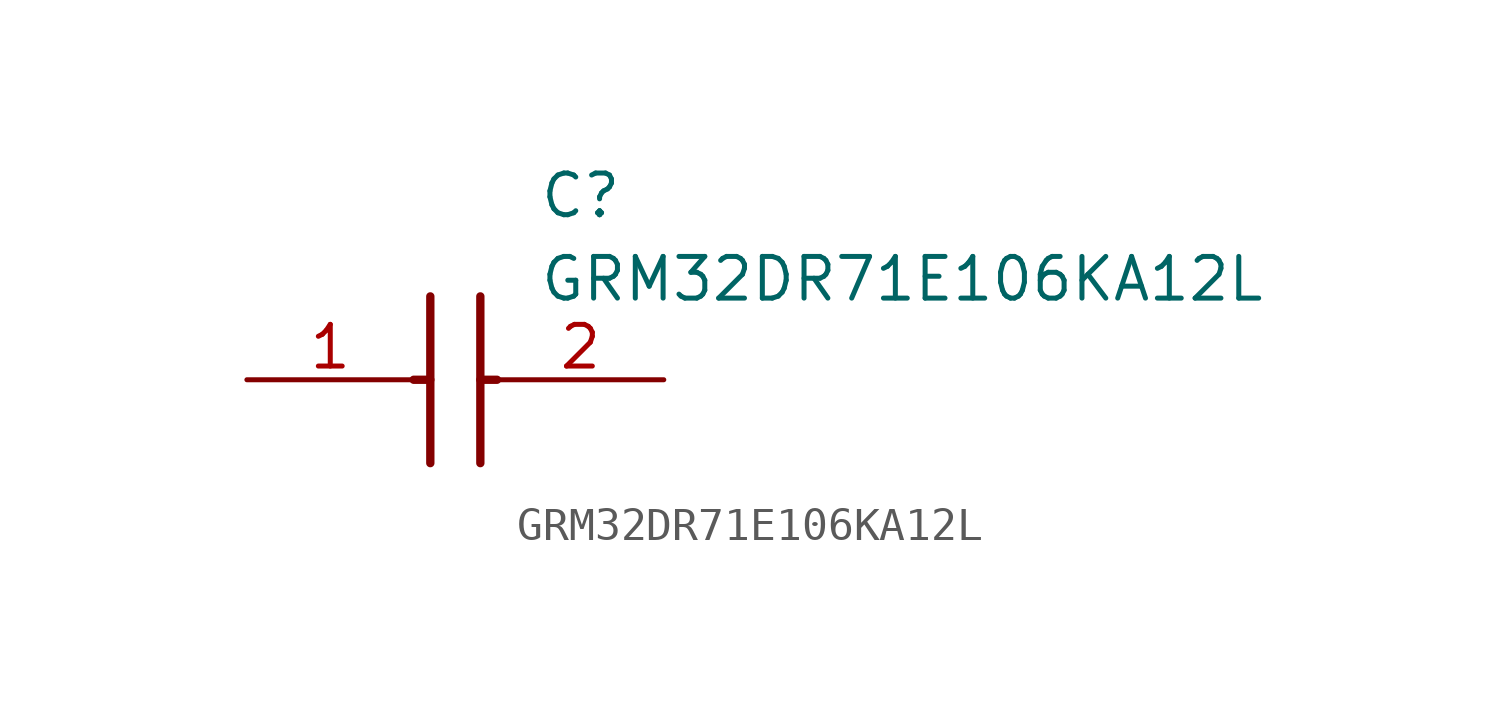
<source format=kicad_sym>
(kicad_symbol_lib
  (version 20211014)
  (generator SamacSys_ECAD_Model)
  (symbol "GRM32DR71E106KA12L"
    (pin_names hide)
    (property "Reference" "C"
      (at 8.89 6.35 0)
      (effects (font (size 1.27 1.27)) (justify left top)))
    (property "Value" "GRM32DR71E106KA12L"
      (at 8.89 3.81 0)
      (effects (font (size 1.27 1.27)) (justify left top)))
    (polyline
      (pts (xy 5.588 2.54) (xy 5.588 -2.54))
      (stroke (width 0.254) (type default))
      (fill (type none)))
    (polyline
      (pts (xy 7.112 2.54) (xy 7.112 -2.54))
      (stroke (width 0.254) (type default))
      (fill (type none)))
    (polyline
      (pts (xy 5.08 0) (xy 5.588 0))
      (stroke (width 0.254) (type default))
      (fill (type none)))
    (polyline
      (pts (xy 7.112 0) (xy 7.62 0))
      (stroke (width 0.254) (type default))
      (fill (type none)))
    (pin passive line
      (at 0 0 0)
      (length 5.08)
      (name "1" (effects (font (size 1.27 1.27))))
      (number "1" (effects (font (size 1.27 1.27)))))
    (pin passive line
      (at 12.7 0 180)
      (length 5.08)
      (name "2" (effects (font (size 1.27 1.27))))
      (number "2" (effects (font (size 1.27 1.27)))))))
</source>
